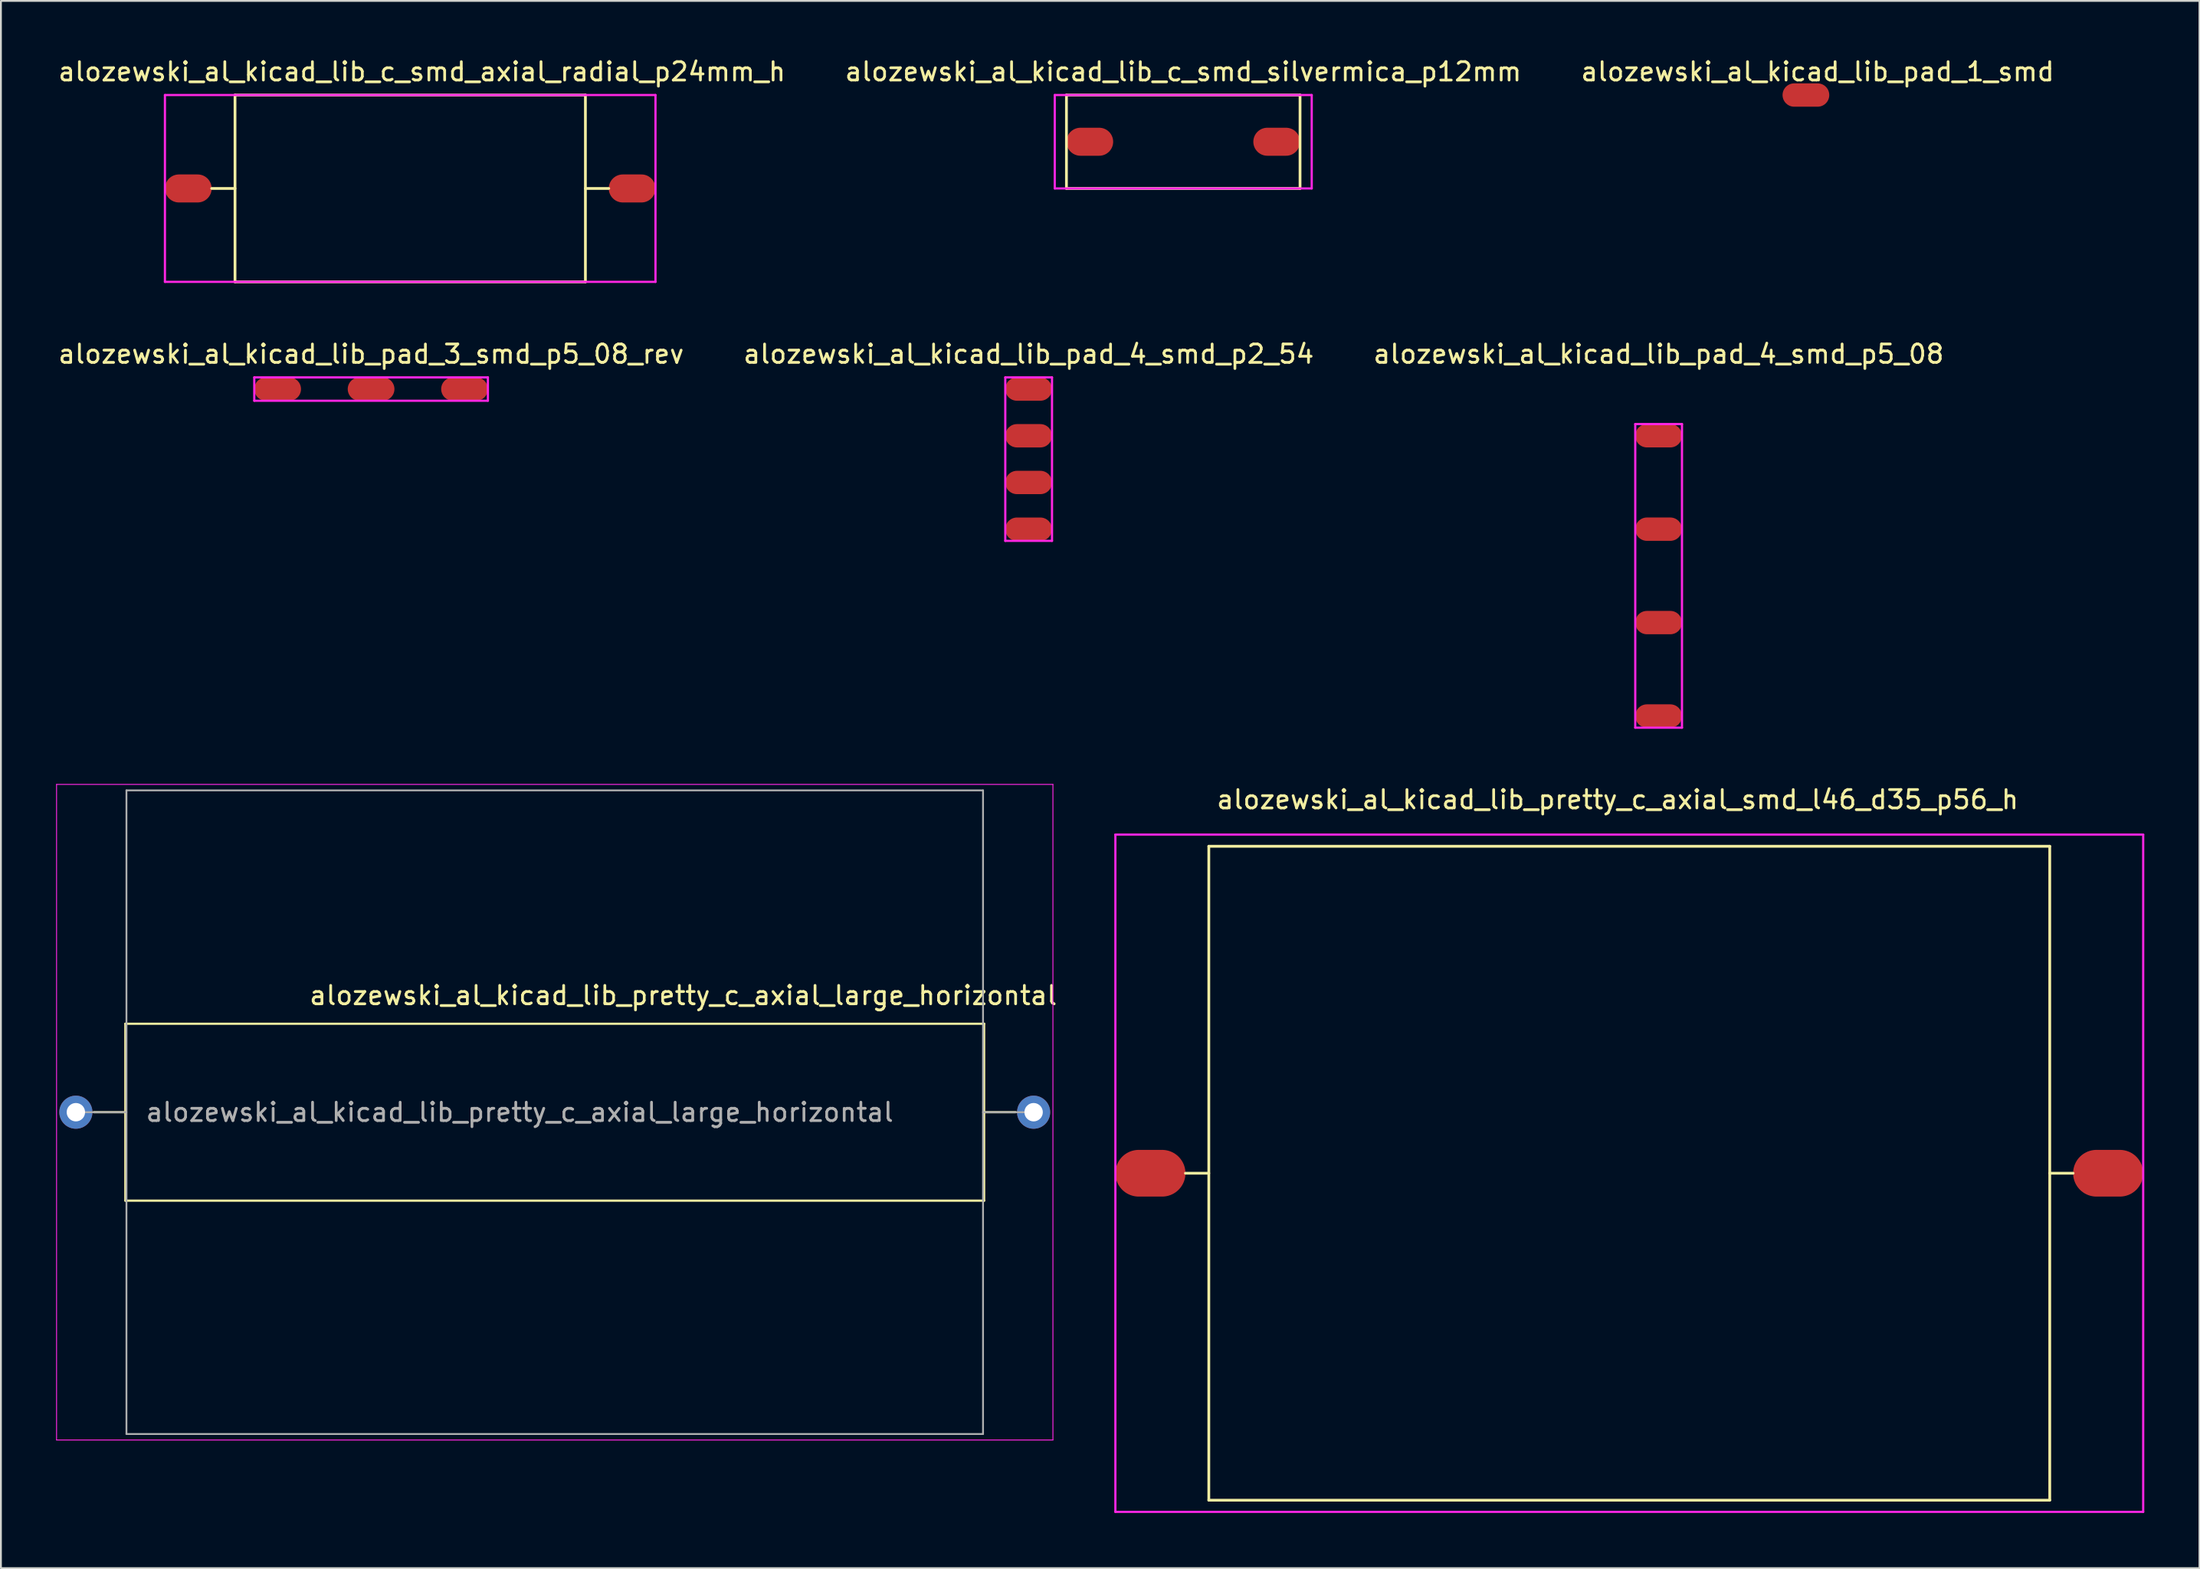
<source format=kicad_pcb>
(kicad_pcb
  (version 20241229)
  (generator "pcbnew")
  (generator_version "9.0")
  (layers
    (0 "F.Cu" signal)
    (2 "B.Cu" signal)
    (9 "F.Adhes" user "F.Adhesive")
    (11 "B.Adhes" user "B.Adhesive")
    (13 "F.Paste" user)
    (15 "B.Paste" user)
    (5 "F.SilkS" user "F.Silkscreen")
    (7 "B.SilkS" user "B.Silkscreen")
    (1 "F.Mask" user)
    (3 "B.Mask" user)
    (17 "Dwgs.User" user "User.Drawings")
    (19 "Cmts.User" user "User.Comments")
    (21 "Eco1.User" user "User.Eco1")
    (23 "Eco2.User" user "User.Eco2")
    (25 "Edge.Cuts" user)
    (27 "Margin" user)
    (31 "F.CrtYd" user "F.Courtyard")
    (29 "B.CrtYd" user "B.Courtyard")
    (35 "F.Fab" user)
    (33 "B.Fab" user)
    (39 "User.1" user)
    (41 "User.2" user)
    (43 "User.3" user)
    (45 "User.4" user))
  (footprint "alozewski_al_kicad_lib_c_smd_silvermica_p12mm"
    (layer "F.Cu")
    (at 56.2 4.658)
    (property "Reference" "alozewski_al_kicad_lib_c_smd_silvermica_p12mm" (at 5.08 -3.81 0) (layer "F.SilkS") (effects (font (size 1 1) (thickness 0.15))))
    (attr smd)
    (fp_line (start -1.27 -2.54) (end -1.27 2.54) (stroke (width 0.15) (type solid)) (layer "F.SilkS"))
    (fp_line (start -1.27 2.54) (end 11.43 2.54) (stroke (width 0.15) (type solid)) (layer "F.SilkS"))
    (fp_line (start 11.43 -2.54) (end -1.27 -2.54) (stroke (width 0.15) (type solid)) (layer "F.SilkS"))
    (fp_line (start 11.43 2.54) (end 11.43 -2.54) (stroke (width 0.15) (type solid)) (layer "F.SilkS"))
    (fp_line (start -1.905 -2.54) (end -1.905 2.54) (stroke (width 0.12) (type solid)) (layer "F.CrtYd"))
    (fp_line (start -1.905 2.54) (end 12.065 2.54) (stroke (width 0.12) (type solid)) (layer "F.CrtYd"))
    (fp_line (start 12.065 -2.54) (end -1.905 -2.54) (stroke (width 0.12) (type solid)) (layer "F.CrtYd"))
    (fp_line (start 12.065 2.54) (end 12.065 -2.54) (stroke (width 0.12) (type solid)) (layer "F.CrtYd"))
    (pad "1" smd oval (at 0 0) (size 2.54 1.524) (layers "F.Cu" "F.Mask" "F.Paste"))
    (pad "2" smd oval (at 10.16 0) (size 2.54 1.524) (layers "F.Cu" "F.Mask" "F.Paste")))
  (footprint "alozewski_al_kicad_lib_pretty_c_axial_large_horizontal"
    (layer "F.Cu")
    (at 1.075 57.431)
    (property "Reference" "alozewski_al_kicad_lib_pretty_c_axial_large_horizontal" (at 33.02 -6.35 0) (layer "F.SilkS") (effects (font (size 1 1) (thickness 0.15))))
    (attr through_hole)
    (fp_line (start 0.98 0) (end 2.69 0) (stroke (width 0.12) (type solid)) (layer "F.SilkS"))
    (fp_line (start 2.69 -4.81) (end 2.69 4.81) (stroke (width 0.12) (type solid)) (layer "F.SilkS"))
    (fp_line (start 2.69 4.81) (end 49.38 4.81) (stroke (width 0.12) (type solid)) (layer "F.SilkS"))
    (fp_line (start 49.38 -4.81) (end 2.69 -4.81) (stroke (width 0.12) (type solid)) (layer "F.SilkS"))
    (fp_line (start 49.38 4.81) (end 49.38 -4.81) (stroke (width 0.12) (type solid)) (layer "F.SilkS"))
    (fp_line (start 51.09 0) (end 49.38 0) (stroke (width 0.12) (type solid)) (layer "F.SilkS"))
    (fp_line (start -1.05 -17.825) (end -1.05 17.825) (stroke (width 0.05) (type solid)) (layer "F.CrtYd"))
    (fp_line (start -1.05 17.825) (end 53.12 17.825) (stroke (width 0.05) (type solid)) (layer "F.CrtYd"))
    (fp_line (start 53.12 -17.825) (end -1.05 -17.825) (stroke (width 0.05) (type solid)) (layer "F.CrtYd"))
    (fp_line (start 53.12 17.825) (end 53.12 -17.825) (stroke (width 0.05) (type solid)) (layer "F.CrtYd"))
    (fp_line (start 0 0) (end 2.75 0) (stroke (width 0.1) (type solid)) (layer "F.Fab"))
    (fp_line (start 2.75 -17.5) (end 2.75 17.5) (stroke (width 0.1) (type solid)) (layer "F.Fab"))
    (fp_line (start 2.75 17.5) (end 49.32 17.5) (stroke (width 0.1) (type solid)) (layer "F.Fab"))
    (fp_line (start 49.32 -17.5) (end 2.75 -17.5) (stroke (width 0.1) (type solid)) (layer "F.Fab"))
    (fp_line (start 49.32 0) (end 52.07 0) (stroke (width 0.1) (type solid)) (layer "F.Fab"))
    (fp_line (start 49.32 17.5) (end 49.32 -17.5) (stroke (width 0.1) (type solid)) (layer "F.Fab"))
    (fp_text user "${REFERENCE}" (at 24.13 0 0) (layer "F.Fab") (effects (font (size 1 1) (thickness 0.15))))
    (pad "1" thru_hole circle (at 0 0) (size 1.8 1.8) (drill 1) (layers "*.Cu" "*.Mask"))
    (pad "2" thru_hole oval (at 52.07 0) (size 1.8 1.8) (drill 1) (layers "*.Cu" "*.Mask")))
  (footprint "alozewski_al_kicad_lib_pad_1_smd"
    (layer "F.Cu")
    (at 95.133 2.118)
    (property "Reference" "alozewski_al_kicad_lib_pad_1_smd" (at 0.635 -1.27 0) (layer "F.SilkS") (effects (font (size 1 1) (thickness 0.15))))
    (attr through_hole)
    (pad "1" smd oval (at 0 0) (size 2.54 1.27) (layers "F.Cu" "F.Mask" "F.Paste")))
  (footprint "alozewski_al_kicad_lib_pad_3_smd_p5_08_rev"
    (layer "F.Cu")
    (at 12.045 18.107)
    (property "Reference" "alozewski_al_kicad_lib_pad_3_smd_p5_08_rev" (at 5.08 -1.905 0) (layer "F.SilkS") (effects (font (size 1 1) (thickness 0.15))))
    (attr through_hole)
    (fp_line (start -1.27 -0.635) (end 11.43 -0.635) (stroke (width 0.12) (type solid)) (layer "F.CrtYd"))
    (fp_line (start -1.27 0.635) (end -1.27 -0.635) (stroke (width 0.12) (type solid)) (layer "F.CrtYd"))
    (fp_line (start -1.27 0.635) (end 11.43 0.635) (stroke (width 0.12) (type solid)) (layer "F.CrtYd"))
    (fp_line (start 11.43 -0.635) (end 11.43 0.635) (stroke (width 0.12) (type solid)) (layer "F.CrtYd"))
    (pad "1" smd oval (at 0 0) (size 2.54 1.27) (layers "F.Cu" "F.Mask" "F.Paste"))
    (pad "2" smd oval (at 5.08 0) (size 2.54 1.27) (layers "F.Cu" "F.Mask" "F.Paste"))
    (pad "3" smd oval (at 10.16 0) (size 2.54 1.27) (layers "F.Cu" "F.Mask" "F.Paste")))
  (footprint "alozewski_al_kicad_lib_pretty_c_axial_smd_l46_d35_p56_h"
    (layer "F.Cu")
    (at 59.495 60.75)
    (property "Reference" "alozewski_al_kicad_lib_pretty_c_axial_smd_l46_d35_p56_h" (at 25.4 -20.32 0) (layer "F.SilkS") (effects (font (size 1 1) (thickness 0.15))))
    (attr through_hole)
    (fp_line (start 3.175 -17.78) (end 3.175 17.78) (stroke (width 0.15) (type solid)) (layer "F.SilkS"))
    (fp_line (start 3.175 0) (end 1.905 0) (stroke (width 0.15) (type solid)) (layer "F.SilkS"))
    (fp_line (start 3.175 17.78) (end 48.895 17.78) (stroke (width 0.15) (type solid)) (layer "F.SilkS"))
    (fp_line (start 48.895 -17.78) (end 3.175 -17.78) (stroke (width 0.15) (type solid)) (layer "F.SilkS"))
    (fp_line (start 48.895 0) (end 50.165 0) (stroke (width 0.15) (type solid)) (layer "F.SilkS"))
    (fp_line (start 48.895 17.78) (end 48.895 -17.78) (stroke (width 0.15) (type solid)) (layer "F.SilkS"))
    (fp_line (start -1.905 -18.415) (end -1.905 18.415) (stroke (width 0.12) (type solid)) (layer "F.CrtYd"))
    (fp_line (start -1.905 18.415) (end 53.975 18.415) (stroke (width 0.12) (type solid)) (layer "F.CrtYd"))
    (fp_line (start 53.975 -18.415) (end -1.905 -18.415) (stroke (width 0.12) (type solid)) (layer "F.CrtYd"))
    (fp_line (start 53.975 18.415) (end 53.975 -18.415) (stroke (width 0.12) (type solid)) (layer "F.CrtYd"))
    (pad "1" smd oval (at 0 0) (size 3.81 2.54) (layers "F.Cu" "F.Mask" "F.Paste"))
    (pad "2" smd oval (at 52.07 0) (size 3.81 2.54) (layers "F.Cu" "F.Mask" "F.Paste")))
  (footprint "alozewski_al_kicad_lib_c_smd_axial_radial_p24mm_h"
    (layer "F.Cu")
    (at 7.187 7.198)
    (property "Reference" "alozewski_al_kicad_lib_c_smd_axial_radial_p24mm_h" (at 12.7 -6.35 0) (layer "F.SilkS") (effects (font (size 1 1) (thickness 0.15))))
    (attr smd)
    (fp_line (start 2.54 -5.08) (end 2.54 5.08) (stroke (width 0.15) (type solid)) (layer "F.SilkS"))
    (fp_line (start 2.54 0) (end 1.27 0) (stroke (width 0.15) (type solid)) (layer "F.SilkS"))
    (fp_line (start 2.54 5.08) (end 21.59 5.08) (stroke (width 0.15) (type solid)) (layer "F.SilkS"))
    (fp_line (start 21.59 -5.08) (end 2.54 -5.08) (stroke (width 0.15) (type solid)) (layer "F.SilkS"))
    (fp_line (start 21.59 0) (end 22.86 0) (stroke (width 0.15) (type solid)) (layer "F.SilkS"))
    (fp_line (start 21.59 5.08) (end 21.59 -5.08) (stroke (width 0.15) (type solid)) (layer "F.SilkS"))
    (fp_line (start -1.27 -5.08) (end -1.27 5.08) (stroke (width 0.12) (type solid)) (layer "F.CrtYd"))
    (fp_line (start -1.27 5.08) (end 25.4 5.08) (stroke (width 0.12) (type solid)) (layer "F.CrtYd"))
    (fp_line (start 25.4 -5.08) (end -1.27 -5.08) (stroke (width 0.12) (type solid)) (layer "F.CrtYd"))
    (fp_line (start 25.4 5.08) (end 25.4 -5.08) (stroke (width 0.12) (type solid)) (layer "F.CrtYd"))
    (pad "1" smd oval (at 0 0) (size 2.54 1.524) (layers "F.Cu" "F.Mask" "F.Paste"))
    (pad "2" smd oval (at 24.13 0) (size 2.54 1.524) (layers "F.Cu" "F.Mask" "F.Paste")))
  (footprint "alozewski_al_kicad_lib_pad_4_smd_p2_54"
    (layer "F.Cu")
    (at 52.875 18.107)
    (property "Reference" "alozewski_al_kicad_lib_pad_4_smd_p2_54" (at 0 -1.905 0) (layer "F.SilkS") (effects (font (size 1 1) (thickness 0.15))))
    (attr through_hole)
    (fp_line (start -1.27 -0.635) (end -1.27 8.255) (stroke (width 0.12) (type solid)) (layer "F.CrtYd"))
    (fp_line (start -1.27 8.255) (end 1.27 8.255) (stroke (width 0.12) (type solid)) (layer "F.CrtYd"))
    (fp_line (start 1.27 -0.635) (end -1.27 -0.635) (stroke (width 0.12) (type solid)) (layer "F.CrtYd"))
    (fp_line (start 1.27 8.255) (end 1.27 -0.635) (stroke (width 0.12) (type solid)) (layer "F.CrtYd"))
    (pad "1" smd oval (at 0 0) (size 2.54 1.27) (layers "F.Cu" "F.Mask" "F.Paste"))
    (pad "2" smd oval (at 0 2.54) (size 2.54 1.27) (layers "F.Cu" "F.Mask" "F.Paste"))
    (pad "3" smd oval (at 0 5.08) (size 2.54 1.27) (layers "F.Cu" "F.Mask" "F.Paste"))
    (pad "4" smd oval (at 0 7.62) (size 2.54 1.27) (layers "F.Cu" "F.Mask" "F.Paste")))
  (footprint "alozewski_al_kicad_lib_pad_4_smd_p5_08"
    (layer "F.Cu")
    (at 87.125 35.886)
    (property "Reference" "alozewski_al_kicad_lib_pad_4_smd_p5_08" (at 0 -19.685 0) (layer "F.SilkS") (effects (font (size 1 1) (thickness 0.15))))
    (attr through_hole)
    (fp_line (start -1.27 -15.875) (end -1.27 0.635) (stroke (width 0.12) (type solid)) (layer "F.CrtYd"))
    (fp_line (start -1.27 0.635) (end 1.27 0.635) (stroke (width 0.12) (type solid)) (layer "F.CrtYd"))
    (fp_line (start 1.27 -15.875) (end -1.27 -15.875) (stroke (width 0.12) (type solid)) (layer "F.CrtYd"))
    (fp_line (start 1.27 0.635) (end 1.27 -15.875) (stroke (width 0.12) (type solid)) (layer "F.CrtYd"))
    (pad "1" smd oval (at 0 0) (size 2.54 1.27) (layers "F.Cu" "F.Mask" "F.Paste"))
    (pad "2" smd oval (at 0 -5.08) (size 2.54 1.27) (layers "F.Cu" "F.Mask" "F.Paste"))
    (pad "3" smd oval (at 0 -10.16) (size 2.54 1.27) (layers "F.Cu" "F.Mask" "F.Paste"))
    (pad "4" smd oval (at 0 -15.24) (size 2.54 1.27) (layers "F.Cu" "F.Mask" "F.Paste")))
  (gr_rect
    (start -3 -3)
    (end 116.53 82.225)
    (stroke (width 0.1) (type default))
    (fill no)
    (layer "Edge.Cuts")))
</source>
